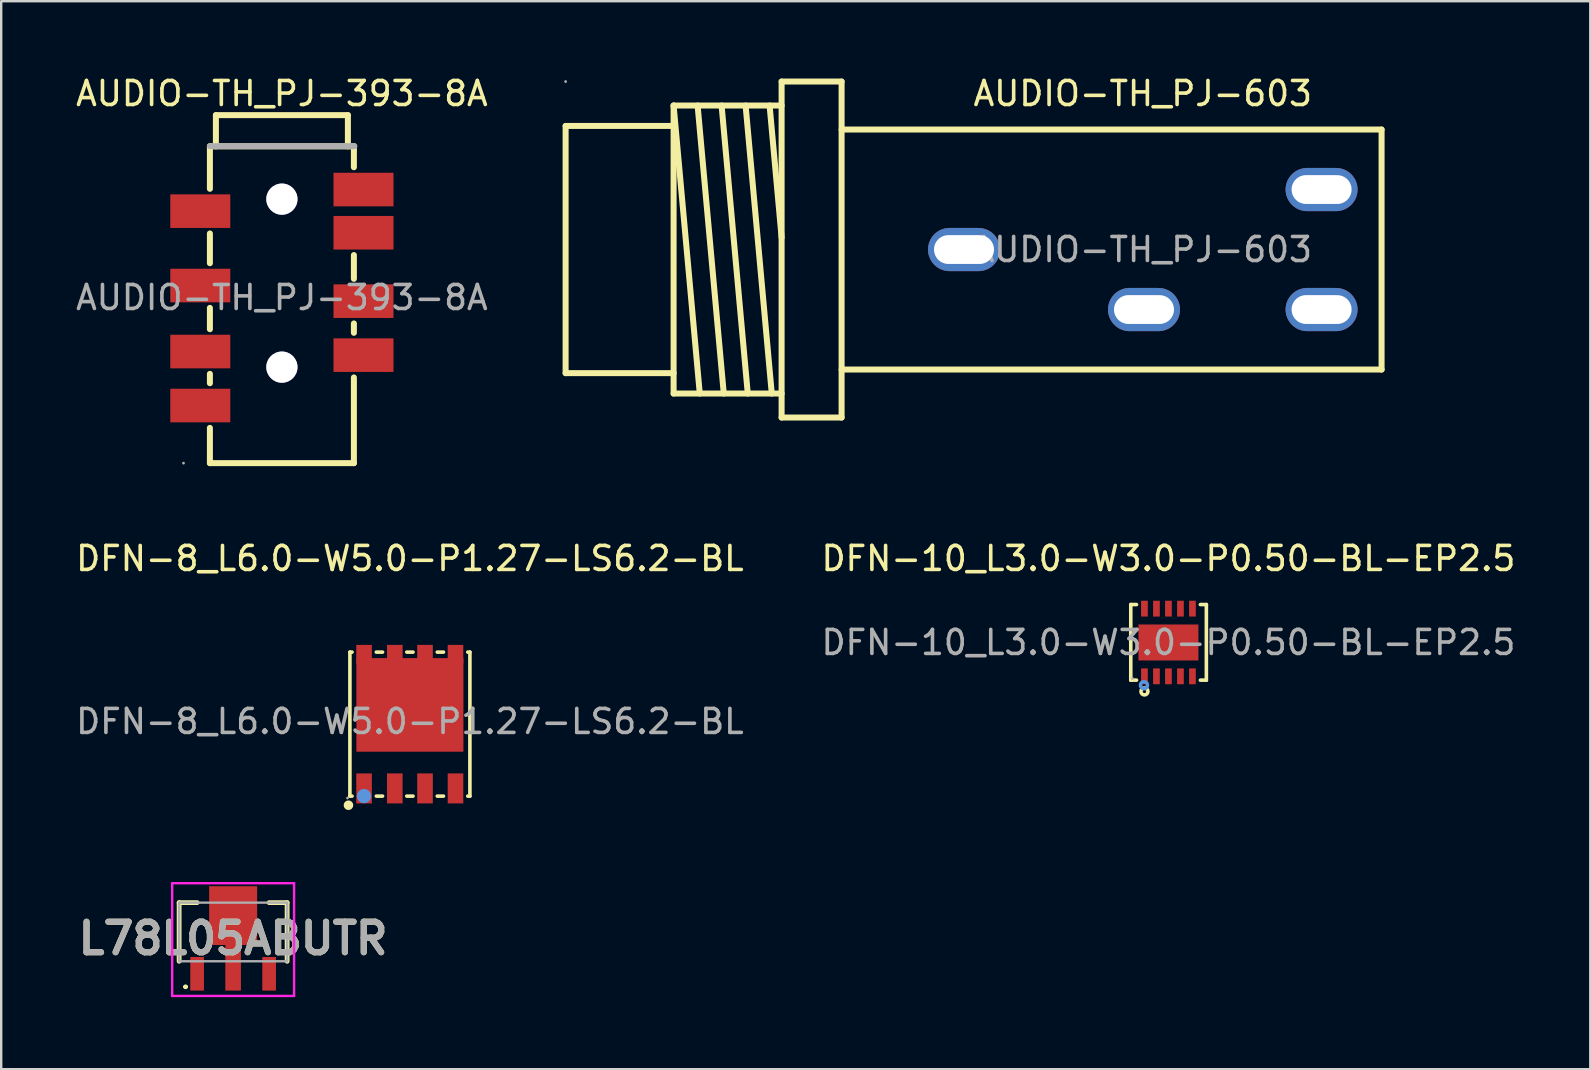
<source format=kicad_pcb>
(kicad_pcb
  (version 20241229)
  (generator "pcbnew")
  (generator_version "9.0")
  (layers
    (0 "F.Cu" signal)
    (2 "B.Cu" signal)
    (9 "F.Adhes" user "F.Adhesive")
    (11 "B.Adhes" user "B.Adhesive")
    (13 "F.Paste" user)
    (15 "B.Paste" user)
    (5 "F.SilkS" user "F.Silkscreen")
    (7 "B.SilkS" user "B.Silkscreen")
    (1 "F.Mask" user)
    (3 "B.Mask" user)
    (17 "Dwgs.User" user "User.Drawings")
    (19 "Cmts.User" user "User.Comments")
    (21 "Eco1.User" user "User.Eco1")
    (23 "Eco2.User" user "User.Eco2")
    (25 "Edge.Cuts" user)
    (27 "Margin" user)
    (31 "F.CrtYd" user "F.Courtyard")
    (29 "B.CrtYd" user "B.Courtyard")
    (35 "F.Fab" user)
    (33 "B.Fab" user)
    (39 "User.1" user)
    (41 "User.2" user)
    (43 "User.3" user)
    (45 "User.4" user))
  (footprint "AUDIO-TH_PJ-393-8A"
    (layer "F.Cu")
    (at 8.696 9.348)
    (property "Reference" "AUDIO-TH_PJ-393-8A" (at 0 -8.5 0) (layer "F.SilkS") (effects (font (size 1 1) (thickness 0.15))))
    (attr through_hole)
    (fp_line (start -3 -6.3) (end -3 -4.53) (stroke (width 0.25) (type solid)) (layer "F.SilkS"))
    (fp_line (start -3 -2.67) (end -3 -1.43) (stroke (width 0.25) (type solid)) (layer "F.SilkS"))
    (fp_line (start -3 0.43) (end -3 1.32) (stroke (width 0.25) (type solid)) (layer "F.SilkS"))
    (fp_line (start -3 3.18) (end -3 3.57) (stroke (width 0.25) (type solid)) (layer "F.SilkS"))
    (fp_line (start -3 5.43) (end -3 6.9) (stroke (width 0.25) (type solid)) (layer "F.SilkS"))
    (fp_line (start -3 6.9) (end 3 6.9) (stroke (width 0.25) (type solid)) (layer "F.SilkS"))
    (fp_line (start -2.75 -7.6) (end -2.75 -6.3) (stroke (width 0.25) (type solid)) (layer "F.SilkS"))
    (fp_line (start -2.75 -7.6) (end 2.75 -7.6) (stroke (width 0.25) (type solid)) (layer "F.SilkS"))
    (fp_line (start 2.75 -7.6) (end 2.75 -6.3) (stroke (width 0.25) (type solid)) (layer "F.SilkS"))
    (fp_line (start 3 -6.3) (end -3 -6.3) (stroke (width 0.25) (type solid)) (layer "F.SilkS"))
    (fp_line (start 3 -6.3) (end 3 -5.43) (stroke (width 0.25) (type solid)) (layer "F.SilkS"))
    (fp_line (start 3 -1.77) (end 3 -0.78) (stroke (width 0.25) (type solid)) (layer "F.SilkS"))
    (fp_line (start 3 1.08) (end 3 1.47) (stroke (width 0.25) (type solid)) (layer "F.SilkS"))
    (fp_line (start 3 3.33) (end 3 6.9) (stroke (width 0.25) (type solid)) (layer "F.SilkS"))
    (fp_circle (center 0 -4.1) (end 0.25 -4.1) (stroke (width 0.5) (type solid)) (fill no) (layer "Cmts.User"))
    (fp_circle (center 0 2.9) (end 0.25 2.9) (stroke (width 0.5) (type solid)) (fill no) (layer "Cmts.User"))
    (fp_line (start -3 -6.31) (end 3.02 -6.31) (stroke (width 0.25) (type solid)) (layer "F.Fab"))
    (fp_circle (center -4.1 6.9) (end -4.07 6.9) (stroke (width 0.06) (type solid)) (fill no) (layer "F.Fab"))
    (fp_text user "${REFERENCE}" (at 0 0 0) (layer "F.Fab") (effects (font (size 1 1) (thickness 0.15))))
    (pad "" thru_hole circle (at 0 -4.1) (size 1.3 1.3) (drill 1.3) (layers "*.Cu" "*.Mask"))
    (pad "" thru_hole circle (at 0 2.9) (size 1.3 1.3) (drill 1.3) (layers "*.Cu" "*.Mask"))
    (pad "1" smd rect (at -3.4 -3.6) (size 2.5 1.4) (layers "F.Cu" "F.Mask" "F.Paste"))
    (pad "2" smd rect (at 3.4 2.4) (size 2.5 1.4) (layers "F.Cu" "F.Mask" "F.Paste"))
    (pad "3" smd rect (at -3.4 2.25) (size 2.5 1.4) (layers "F.Cu" "F.Mask" "F.Paste"))
    (pad "4" smd rect (at -3.4 -0.5) (size 2.5 1.4) (layers "F.Cu" "F.Mask" "F.Paste"))
    (pad "5" smd rect (at -3.4 4.5) (size 2.5 1.4) (layers "F.Cu" "F.Mask" "F.Paste"))
    (pad "6" smd rect (at 3.4 0.15) (size 2.5 1.4) (layers "F.Cu" "F.Mask" "F.Paste"))
    (pad "7" smd rect (at 3.4 -2.7) (size 2.5 1.4) (layers "F.Cu" "F.Mask" "F.Paste"))
    (pad "8" smd rect (at 3.4 -4.5) (size 2.5 1.4) (layers "F.Cu" "F.Mask" "F.Paste")))
  (footprint "DFN-8_L6.0-W5.0-P1.27-LS6.2-BL"
    (layer "F.Cu")
    (at 14.03 27.012)
    (property "Reference" "DFN-8_L6.0-W5.0-P1.27-LS6.2-BL" (at 0 -6.79 0) (layer "F.SilkS") (effects (font (size 1 1) (thickness 0.15))))
    (attr smd)
    (fp_line (start -2.5 -2.89) (end -2.41 -2.89) (stroke (width 0.15) (type solid)) (layer "F.SilkS"))
    (fp_line (start -2.5 3.11) (end -2.5 -2.89) (stroke (width 0.15) (type solid)) (layer "F.SilkS"))
    (fp_line (start -2.41 3.11) (end -2.5 3.11) (stroke (width 0.15) (type solid)) (layer "F.SilkS"))
    (fp_line (start -1.4 -2.89) (end -1.14 -2.89) (stroke (width 0.15) (type solid)) (layer "F.SilkS"))
    (fp_line (start -1.14 3.11) (end -1.4 3.11) (stroke (width 0.15) (type solid)) (layer "F.SilkS"))
    (fp_line (start -0.13 -2.89) (end 0.13 -2.89) (stroke (width 0.15) (type solid)) (layer "F.SilkS"))
    (fp_line (start 0.13 3.11) (end -0.13 3.11) (stroke (width 0.15) (type solid)) (layer "F.SilkS"))
    (fp_line (start 1.14 -2.89) (end 1.4 -2.89) (stroke (width 0.15) (type solid)) (layer "F.SilkS"))
    (fp_line (start 1.4 3.11) (end 1.14 3.11) (stroke (width 0.15) (type solid)) (layer "F.SilkS"))
    (fp_line (start 2.41 -2.89) (end 2.5 -2.89) (stroke (width 0.15) (type solid)) (layer "F.SilkS"))
    (fp_line (start 2.5 -2.89) (end 2.5 3.11) (stroke (width 0.15) (type solid)) (layer "F.SilkS"))
    (fp_line (start 2.5 3.11) (end 2.41 3.11) (stroke (width 0.15) (type solid)) (layer "F.SilkS"))
    (fp_circle (center -2.56 3.49) (end -2.46 3.49) (stroke (width 0.2) (type solid)) (fill no) (layer "F.SilkS"))
    (fp_circle (center -1.91 3.11) (end -1.76 3.11) (stroke (width 0.3) (type solid)) (fill no) (layer "Cmts.User"))
    (fp_circle (center -2.6 3.19) (end -2.57 3.19) (stroke (width 0.06) (type solid)) (fill no) (layer "F.Fab"))
    (fp_text user "${REFERENCE}" (at 0 0 0) (layer "F.Fab") (effects (font (size 1 1) (thickness 0.15))))
    (pad "1" smd rect (at -1.91 2.79) (size 0.65 1.25) (layers "F.Cu" "F.Mask" "F.Paste"))
    (pad "1" smd rect (at -0.63 2.79) (size 0.65 1.25) (layers "F.Cu" "F.Mask" "F.Paste"))
    (pad "1" smd rect (at 0.63 2.79) (size 0.65 1.25) (layers "F.Cu" "F.Mask" "F.Paste"))
    (pad "4" smd rect (at 1.9 2.79) (size 0.65 1.25) (layers "F.Cu" "F.Mask" "F.Paste"))
    (pad "5" smd rect (at -1.91 -2.79) (size 0.65 0.8) (layers "F.Cu" "F.Mask" "F.Paste"))
    (pad "5" smd rect (at -0.63 -2.79) (size 0.65 0.8) (layers "F.Cu" "F.Mask" "F.Paste"))
    (pad "5" smd rect (at 0 -0.69) (size 4.46 3.9) (layers "F.Cu" "F.Mask" "F.Paste"))
    (pad "5" smd rect (at 0.63 -2.79) (size 0.65 0.8) (layers "F.Cu" "F.Mask" "F.Paste"))
    (pad "5" smd rect (at 1.9 -2.79) (size 0.65 0.8) (layers "F.Cu" "F.Mask" "F.Paste")))
  (footprint "DFN-10_L3.0-W3.0-P0.50-BL-EP2.5"
    (layer "F.Cu")
    (at 45.637 23.721)
    (property "Reference" "DFN-10_L3.0-W3.0-P0.50-BL-EP2.5" (at 0 -3.5 0) (layer "F.SilkS") (effects (font (size 1 1) (thickness 0.15))))
    (attr smd)
    (fp_line (start -1.57 -1.58) (end -1.33 -1.58) (stroke (width 0.15) (type solid)) (layer "F.SilkS"))
    (fp_line (start -1.57 1.57) (end -1.57 -1.58) (stroke (width 0.15) (type solid)) (layer "F.SilkS"))
    (fp_line (start -1.33 1.57) (end -1.57 1.57) (stroke (width 0.15) (type solid)) (layer "F.SilkS"))
    (fp_line (start 1.33 1.57) (end 1.58 1.57) (stroke (width 0.15) (type solid)) (layer "F.SilkS"))
    (fp_line (start 1.58 -1.58) (end 1.33 -1.58) (stroke (width 0.15) (type solid)) (layer "F.SilkS"))
    (fp_line (start 1.58 1.57) (end 1.58 -1.58) (stroke (width 0.15) (type solid)) (layer "F.SilkS"))
    (fp_circle (center -1 2.04) (end -0.93 2.04) (stroke (width 0.15) (type solid)) (fill no) (layer "F.SilkS"))
    (fp_circle (center -1.02 1.78) (end -0.95 1.78) (stroke (width 0.15) (type solid)) (fill no) (layer "Cmts.User"))
    (fp_circle (center -1.5 1.5) (end -1.47 1.5) (stroke (width 0.06) (type solid)) (fill no) (layer "F.Fab"))
    (fp_text user "${REFERENCE}" (at 0 0 0) (layer "F.Fab") (effects (font (size 1 1) (thickness 0.15))))
    (pad "1" smd rect (at -1 1.41) (size 0.28 0.66) (layers "F.Cu" "F.Mask" "F.Paste"))
    (pad "2" smd rect (at -0.5 1.41) (size 0.28 0.66) (layers "F.Cu" "F.Mask" "F.Paste"))
    (pad "3" smd rect (at 0 1.41) (size 0.28 0.66) (layers "F.Cu" "F.Mask" "F.Paste"))
    (pad "4" smd rect (at 0.5 1.41) (size 0.28 0.66) (layers "F.Cu" "F.Mask" "F.Paste"))
    (pad "5" smd rect (at 1 1.41) (size 0.28 0.66) (layers "F.Cu" "F.Mask" "F.Paste"))
    (pad "6" smd rect (at 1 -1.41) (size 0.28 0.66) (layers "F.Cu" "F.Mask" "F.Paste"))
    (pad "7" smd rect (at 0.5 -1.41) (size 0.28 0.66) (layers "F.Cu" "F.Mask" "F.Paste"))
    (pad "8" smd rect (at 0 -1.41) (size 0.28 0.66) (layers "F.Cu" "F.Mask" "F.Paste"))
    (pad "9" smd rect (at -0.5 -1.41) (size 0.28 0.66) (layers "F.Cu" "F.Mask" "F.Paste"))
    (pad "10" smd rect (at -1 -1.41) (size 0.28 0.66) (layers "F.Cu" "F.Mask" "F.Paste"))
    (pad "11" smd rect (at 0 0) (size 2.5 1.5) (layers "F.Cu" "F.Mask" "F.Paste")))
  (footprint "AUDIO-TH_PJ-603"
    (layer "F.Cu")
    (at 44.568 7.348)
    (property "Reference" "AUDIO-TH_PJ-603" (at 0 -6.5 0) (layer "F.SilkS") (effects (font (size 1 1) (thickness 0.15))))
    (attr through_hole)
    (fp_line (start -24.05 -5.15) (end -19.55 -5.15) (stroke (width 0.25) (type solid)) (layer "F.SilkS"))
    (fp_line (start -24.05 5.15) (end -24.05 -5.15) (stroke (width 0.25) (type solid)) (layer "F.SilkS"))
    (fp_line (start -24.05 5.15) (end -19.55 5.15) (stroke (width 0.25) (type solid)) (layer "F.SilkS"))
    (fp_line (start -19.55 -6) (end -19.55 6) (stroke (width 0.25) (type solid)) (layer "F.SilkS"))
    (fp_line (start -19.55 -6) (end -18.46 6) (stroke (width 0.25) (type solid)) (layer "F.SilkS"))
    (fp_line (start -19.55 -6) (end -15.05 -6) (stroke (width 0.25) (type solid)) (layer "F.SilkS"))
    (fp_line (start -19.55 6) (end -15.05 6) (stroke (width 0.25) (type solid)) (layer "F.SilkS"))
    (fp_line (start -18.55 -6) (end -17.46 6) (stroke (width 0.25) (type solid)) (layer "F.SilkS"))
    (fp_line (start -17.55 -6) (end -16.46 6) (stroke (width 0.25) (type solid)) (layer "F.SilkS"))
    (fp_line (start -16.55 -6) (end -15.46 6) (stroke (width 0.25) (type solid)) (layer "F.SilkS"))
    (fp_line (start -15.55 -6) (end -15.05 -0.5) (stroke (width 0.25) (type solid)) (layer "F.SilkS"))
    (fp_line (start -15.05 -7) (end -12.55 -7) (stroke (width 0.25) (type solid)) (layer "F.SilkS"))
    (fp_line (start -15.05 7) (end -15.05 -7) (stroke (width 0.25) (type solid)) (layer "F.SilkS"))
    (fp_line (start -12.55 -5) (end 9.95 -5) (stroke (width 0.25) (type solid)) (layer "F.SilkS"))
    (fp_line (start -12.55 5) (end 9.95 5) (stroke (width 0.25) (type solid)) (layer "F.SilkS"))
    (fp_line (start -12.55 7) (end -15.05 7) (stroke (width 0.25) (type solid)) (layer "F.SilkS"))
    (fp_line (start -12.55 7) (end -12.55 -7) (stroke (width 0.25) (type solid)) (layer "F.SilkS"))
    (fp_line (start 9.95 -5) (end 9.95 5) (stroke (width 0.25) (type solid)) (layer "F.SilkS"))
    (fp_circle (center -24.05 -7) (end -24.02 -7) (stroke (width 0.06) (type solid)) (fill no) (layer "F.Fab"))
    (fp_text user "${REFERENCE}" (at 0 0 0) (layer "F.Fab") (effects (font (size 1 1) (thickness 0.15))))
    (pad "2" thru_hole oval (at -7.45 0 270) (size 1.8 3) (drill oval 1.2 2.5) (layers "*.Cu" "*.Mask"))
    (pad "3" thru_hole oval (at 0.05 2.5 270) (size 1.8 3) (drill oval 1.2 2.5) (layers "*.Cu" "*.Mask"))
    (pad "4" thru_hole oval (at 7.45 2.5 270) (size 1.8 3) (drill oval 1.2 2.5) (layers "*.Cu" "*.Mask"))
    (pad "5" thru_hole oval (at 7.45 -2.5 270) (size 1.8 3) (drill oval 1.2 2.5) (layers "*.Cu" "*.Mask")))
  (footprint "L78L05ABUTR"
    (layer "F.Cu")
    (at 6.664 35.783)
    (property "Reference" "L78L05ABUTR" (at 0 0.27 0) (layer "F.SilkS") (effects (font (size 1.27 1.27) (thickness 0.254))))
    (attr smd)
    (fp_line (start -2.25 -1.222) (end -2.25 1.222) (stroke (width 0.2) (type solid)) (layer "F.SilkS"))
    (fp_line (start -2.032 2.286) (end -2.032 2.286) (stroke (width 0.1) (type solid)) (layer "F.SilkS"))
    (fp_line (start -1.932 2.286) (end -1.932 2.286) (stroke (width 0.1) (type solid)) (layer "F.SilkS"))
    (fp_line (start -1.5 -1.222) (end -2.25 -1.222) (stroke (width 0.2) (type solid)) (layer "F.SilkS"))
    (fp_line (start 1.5 -1.222) (end 2.25 -1.222) (stroke (width 0.2) (type solid)) (layer "F.SilkS"))
    (fp_line (start 2.25 -1.222) (end 2.25 1.222) (stroke (width 0.2) (type solid)) (layer "F.SilkS"))
    (fp_arc (start -2.032 2.286) (mid -1.982 2.236) (end -1.932 2.286) (stroke (width 0.1) (type solid)) (layer "F.SilkS"))
    (fp_arc (start -1.932 2.286) (mid -1.982 2.336) (end -2.032 2.286) (stroke (width 0.1) (type solid)) (layer "F.SilkS"))
    (fp_line (start -2.54 -2.032) (end 2.54 -2.032) (stroke (width 0.1) (type solid)) (layer "F.CrtYd"))
    (fp_line (start -2.54 2.667) (end -2.54 -2.032) (stroke (width 0.1) (type solid)) (layer "F.CrtYd"))
    (fp_line (start 2.54 -2.032) (end 2.54 2.667) (stroke (width 0.1) (type solid)) (layer "F.CrtYd"))
    (fp_line (start 2.54 2.667) (end -2.54 2.667) (stroke (width 0.1) (type solid)) (layer "F.CrtYd"))
    (fp_line (start -2.25 -1.222) (end -2.25 1.222) (stroke (width 0.1) (type solid)) (layer "F.Fab"))
    (fp_line (start -2.25 1.222) (end 2.25 1.222) (stroke (width 0.1) (type solid)) (layer "F.Fab"))
    (fp_line (start 2.25 -1.222) (end -2.25 -1.222) (stroke (width 0.1) (type solid)) (layer "F.Fab"))
    (fp_line (start 2.25 1.222) (end 2.25 -1.222) (stroke (width 0.1) (type solid)) (layer "F.Fab"))
    (fp_text user "${REFERENCE}" (at 0 0.27 0) (layer "F.Fab") (effects (font (size 1.27 1.27) (thickness 0.254))))
    (pad "1" smd rect (at -1.5 1.744) (size 0.57 1.4) (layers "F.Cu" "F.Mask" "F.Paste"))
    (pad "2" smd rect (at 0 1.494) (size 0.65 1.9) (layers "F.Cu" "F.Mask" "F.Paste"))
    (pad "3" smd rect (at 1.5 1.744) (size 0.57 1.4) (layers "F.Cu" "F.Mask" "F.Paste"))
    (pad "4" smd rect (at 0 -0.681) (size 2 2.45) (layers "F.Cu" "F.Mask" "F.Paste")))
  (gr_rect
    (start -3 -3)
    (end 63.214 41.501)
    (stroke (width 0.1) (type default))
    (fill no)
    (layer "Edge.Cuts")))
</source>
